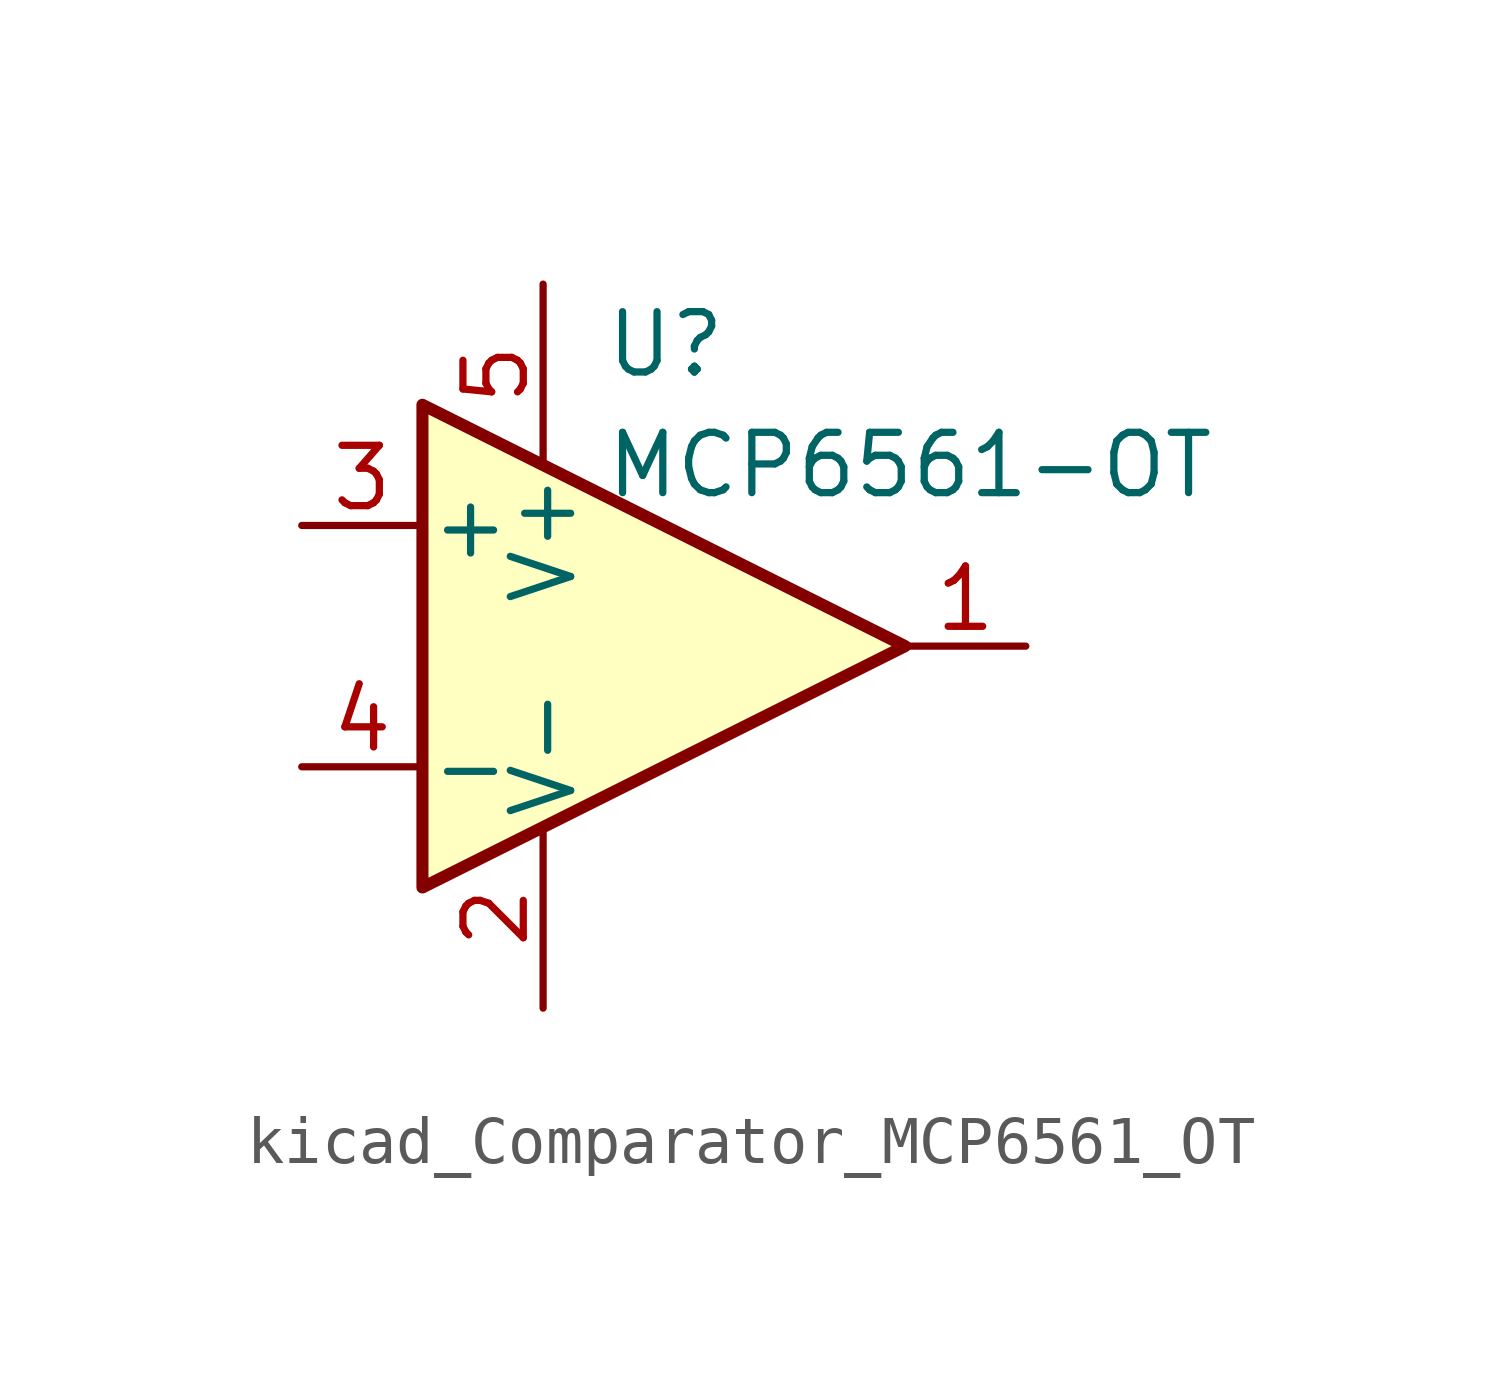
<source format=kicad_sym>
(kicad_symbol_lib
  (version 20220914)
  (generator kicad_symbol_editor)
  (symbol "kicad_Comparator_MCP6561_OT"
    (pin_names
      (offset 0.127))
    (property "Reference" "U"
      (at -1.27 6.35 0)
      (effects (font (size 1.27 1.27)) (justify left)))
    (property "Value" "MCP6561-OT"
      (at -1.27 3.81 0)
      (effects (font (size 1.27 1.27)) (justify left)))
    (symbol "kicad_Comparator_MCP6561_OT_0_1"
      (polyline (pts (xy -5.08 5.08) (xy 5.08 0) (xy -5.08 -5.08) (xy -5.08 5.08)) (stroke (width 0.254) (type default)) (fill (type background)))
      (pin power_in line (at -2.54 -7.62 90) (length 3.81) (name "V-" (effects (font (size 1.27 1.27)))) (number "2" (effects (font (size 1.27 1.27)))))
      (pin power_in line (at -2.54 7.62 270) (length 3.81) (name "V+" (effects (font (size 1.27 1.27)))) (number "5" (effects (font (size 1.27 1.27))))))
    (symbol "kicad_Comparator_MCP6561_OT_1_1"
      (pin output line (at 7.62 0 180) (length 2.54) (name "~" (effects (font (size 1.27 1.27)))) (number "1" (effects (font (size 1.27 1.27)))))
      (pin input line (at -7.62 2.54 0) (length 2.54) (name "+" (effects (font (size 1.27 1.27)))) (number "3" (effects (font (size 1.27 1.27)))))
      (pin input line (at -7.62 -2.54 0) (length 2.54) (name "-" (effects (font (size 1.27 1.27)))) (number "4" (effects (font (size 1.27 1.27))))))))
</source>
